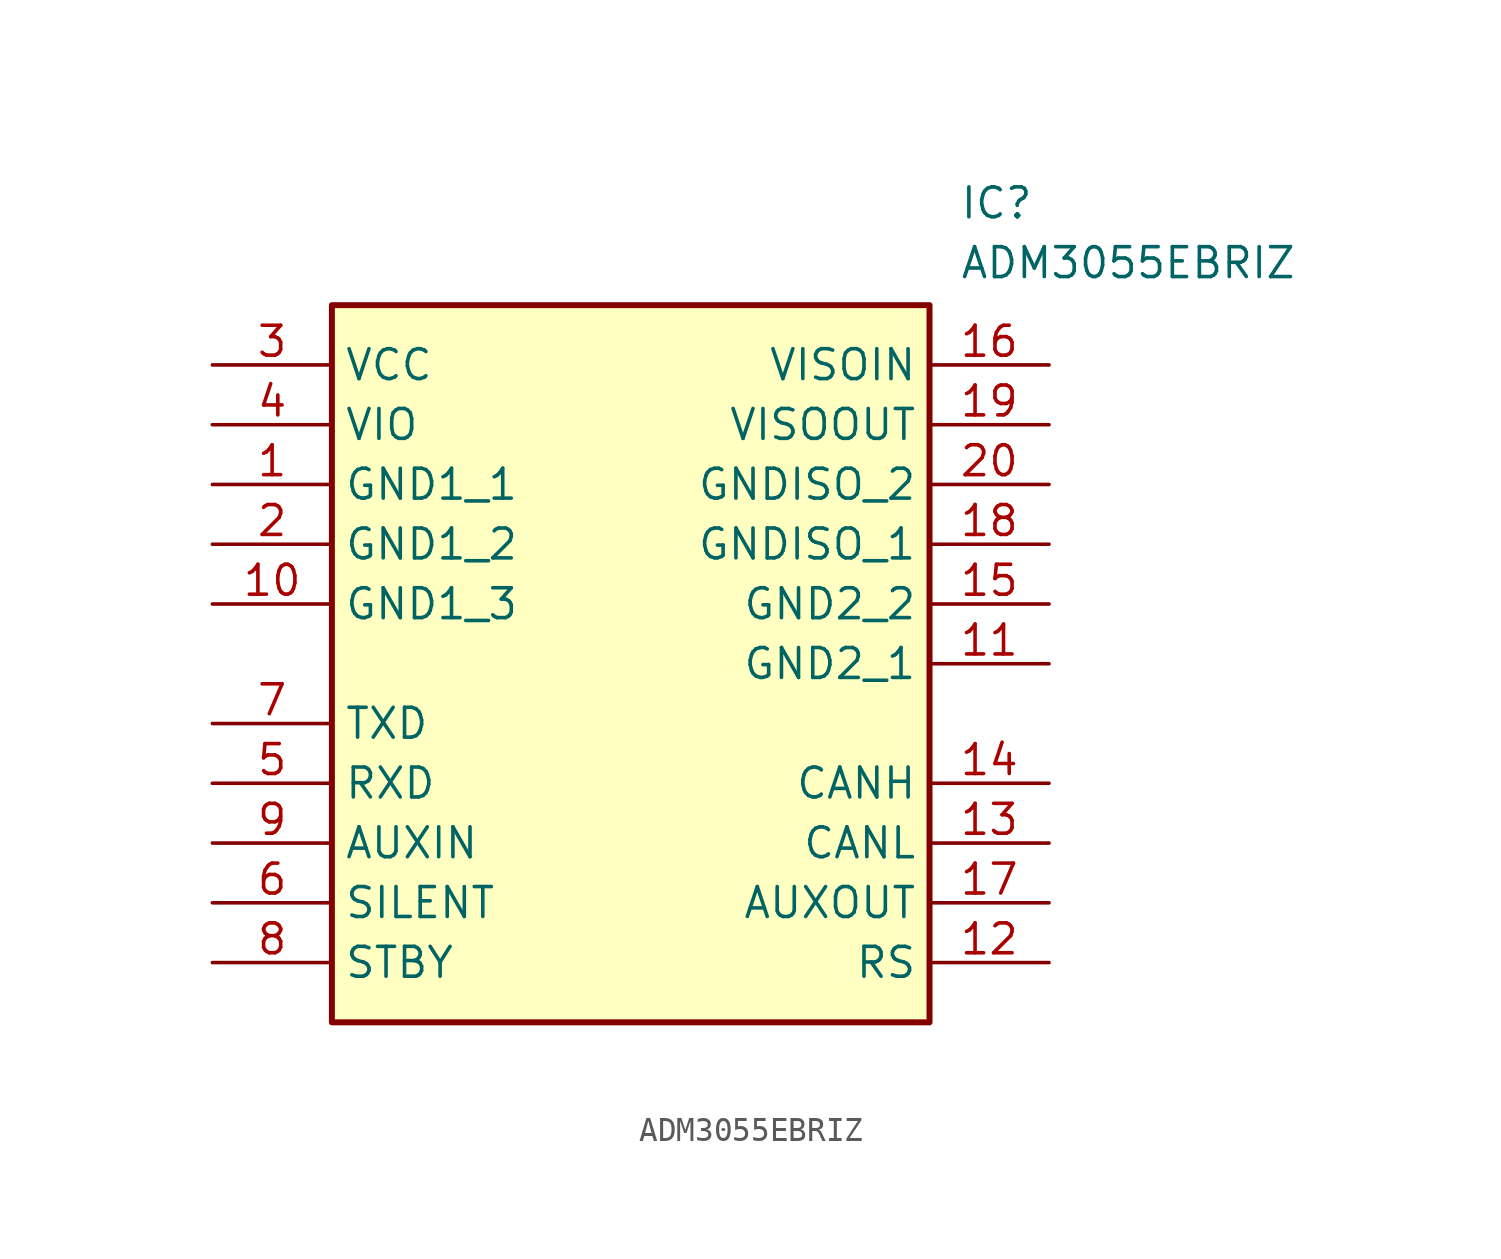
<source format=kicad_sym>
(kicad_symbol_lib
  (version 20220914)
  (generator kicad_symbol_editor)
  (symbol "ADM3055EBRIZ"
    (property "Reference" "IC"
      (at 31.75 7.62 0)
      (effects (font (size 1.27 1.27)) (justify left top)))
    (property "Value" "ADM3055EBRIZ"
      (at 31.75 5.08 0)
      (effects (font (size 1.27 1.27)) (justify left top)))
    (symbol "ADM3055EBRIZ_1_1"
      (rectangle (start 5.08 2.54) (end 30.48 -27.94) (stroke (width 0.254) (type default)) (fill (type background)))
      (pin passive line (at 0 -5.08 0) (length 5.08) (name "GND1_1" (effects (font (size 1.27 1.27)))) (number "1" (effects (font (size 1.27 1.27)))))
      (pin passive line (at 0 -10.16 0) (length 5.08) (name "GND1_3" (effects (font (size 1.27 1.27)))) (number "10" (effects (font (size 1.27 1.27)))))
      (pin passive line (at 35.56 -12.7 180) (length 5.08) (name "GND2_1" (effects (font (size 1.27 1.27)))) (number "11" (effects (font (size 1.27 1.27)))))
      (pin passive line (at 35.56 -25.4 180) (length 5.08) (name "RS" (effects (font (size 1.27 1.27)))) (number "12" (effects (font (size 1.27 1.27)))))
      (pin passive line (at 35.56 -20.32 180) (length 5.08) (name "CANL" (effects (font (size 1.27 1.27)))) (number "13" (effects (font (size 1.27 1.27)))))
      (pin passive line (at 35.56 -17.78 180) (length 5.08) (name "CANH" (effects (font (size 1.27 1.27)))) (number "14" (effects (font (size 1.27 1.27)))))
      (pin passive line (at 35.56 -10.16 180) (length 5.08) (name "GND2_2" (effects (font (size 1.27 1.27)))) (number "15" (effects (font (size 1.27 1.27)))))
      (pin passive line (at 35.56 0 180) (length 5.08) (name "VISOIN" (effects (font (size 1.27 1.27)))) (number "16" (effects (font (size 1.27 1.27)))))
      (pin passive line (at 35.56 -22.86 180) (length 5.08) (name "AUXOUT" (effects (font (size 1.27 1.27)))) (number "17" (effects (font (size 1.27 1.27)))))
      (pin passive line (at 35.56 -7.62 180) (length 5.08) (name "GNDISO_1" (effects (font (size 1.27 1.27)))) (number "18" (effects (font (size 1.27 1.27)))))
      (pin passive line (at 35.56 -2.54 180) (length 5.08) (name "VISOOUT" (effects (font (size 1.27 1.27)))) (number "19" (effects (font (size 1.27 1.27)))))
      (pin passive line (at 0 -7.62 0) (length 5.08) (name "GND1_2" (effects (font (size 1.27 1.27)))) (number "2" (effects (font (size 1.27 1.27)))))
      (pin passive line (at 35.56 -5.08 180) (length 5.08) (name "GNDISO_2" (effects (font (size 1.27 1.27)))) (number "20" (effects (font (size 1.27 1.27)))))
      (pin passive line (at 0 0 0) (length 5.08) (name "VCC" (effects (font (size 1.27 1.27)))) (number "3" (effects (font (size 1.27 1.27)))))
      (pin passive line (at 0 -2.54 0) (length 5.08) (name "VIO" (effects (font (size 1.27 1.27)))) (number "4" (effects (font (size 1.27 1.27)))))
      (pin passive line (at 0 -17.78 0) (length 5.08) (name "RXD" (effects (font (size 1.27 1.27)))) (number "5" (effects (font (size 1.27 1.27)))))
      (pin passive line (at 0 -22.86 0) (length 5.08) (name "SILENT" (effects (font (size 1.27 1.27)))) (number "6" (effects (font (size 1.27 1.27)))))
      (pin passive line (at 0 -15.24 0) (length 5.08) (name "TXD" (effects (font (size 1.27 1.27)))) (number "7" (effects (font (size 1.27 1.27)))))
      (pin passive line (at 0 -25.4 0) (length 5.08) (name "STBY" (effects (font (size 1.27 1.27)))) (number "8" (effects (font (size 1.27 1.27)))))
      (pin passive line (at 0 -20.32 0) (length 5.08) (name "AUXIN" (effects (font (size 1.27 1.27)))) (number "9" (effects (font (size 1.27 1.27))))))))
</source>
